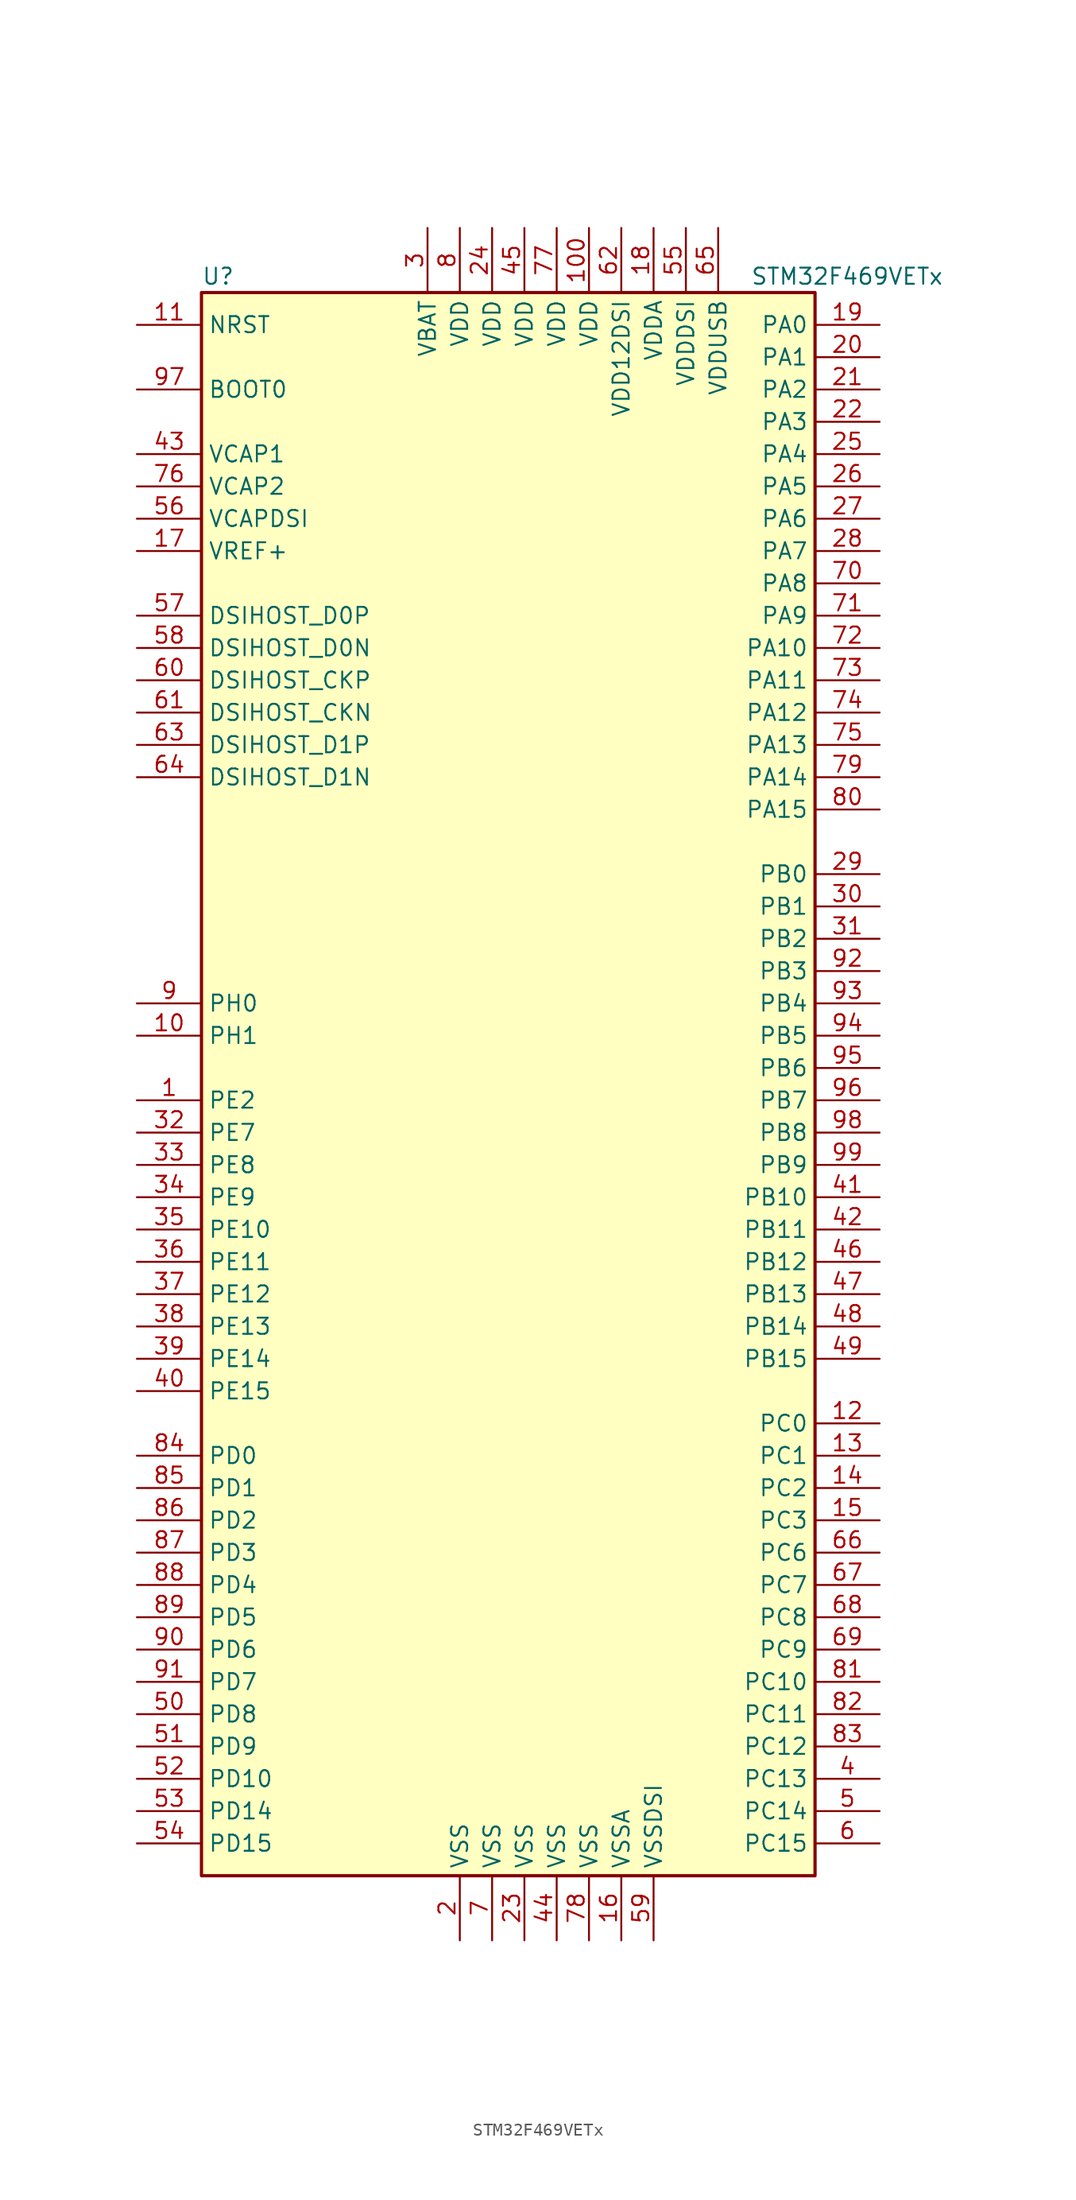
<source format=kicad_sym>
(kicad_symbol_lib
  (version 20201005)
  (generator kicad_symbol_editor)
  (symbol "STM32F469VETx"
    (property "Reference" "U"
      (at -25.4 62.23 0)
      (effects (font (size 1.27 1.27)) (justify left)))
    (property "Value" "STM32F469VETx"
      (at 17.78 62.23 0)
      (effects (font (size 1.27 1.27)) (justify left)))
    (symbol "STM32F469VETx_0_1"
      (rectangle (start -25.4 -63.5) (end 22.86 60.96) (stroke (width 0.254)) (fill (type background))))
    (symbol "STM32F469VETx_1_1"
      (pin bidirectional line (at -30.48 -2.54 0) (length 5.08) (name "PE2" (effects (font (size 1.27 1.27)))) (number "1" (effects (font (size 1.27 1.27)))))
      (pin input line (at -30.48 2.54 0) (length 5.08) (name "PH1" (effects (font (size 1.27 1.27)))) (number "10" (effects (font (size 1.27 1.27)))))
      (pin power_in line (at 5.08 66.04 270) (length 5.08) (name "VDD" (effects (font (size 1.27 1.27)))) (number "100" (effects (font (size 1.27 1.27)))))
      (pin input line (at -30.48 58.42 0) (length 5.08) (name "NRST" (effects (font (size 1.27 1.27)))) (number "11" (effects (font (size 1.27 1.27)))))
      (pin bidirectional line (at 27.94 -27.94 180) (length 5.08) (name "PC0" (effects (font (size 1.27 1.27)))) (number "12" (effects (font (size 1.27 1.27)))))
      (pin bidirectional line (at 27.94 -30.48 180) (length 5.08) (name "PC1" (effects (font (size 1.27 1.27)))) (number "13" (effects (font (size 1.27 1.27)))))
      (pin bidirectional line (at 27.94 -33.02 180) (length 5.08) (name "PC2" (effects (font (size 1.27 1.27)))) (number "14" (effects (font (size 1.27 1.27)))))
      (pin bidirectional line (at 27.94 -35.56 180) (length 5.08) (name "PC3" (effects (font (size 1.27 1.27)))) (number "15" (effects (font (size 1.27 1.27)))))
      (pin power_in line (at 7.62 -68.58 90) (length 5.08) (name "VSSA" (effects (font (size 1.27 1.27)))) (number "16" (effects (font (size 1.27 1.27)))))
      (pin power_in line (at -30.48 40.64 0) (length 5.08) (name "VREF+" (effects (font (size 1.27 1.27)))) (number "17" (effects (font (size 1.27 1.27)))))
      (pin power_in line (at 10.16 66.04 270) (length 5.08) (name "VDDA" (effects (font (size 1.27 1.27)))) (number "18" (effects (font (size 1.27 1.27)))))
      (pin bidirectional line (at 27.94 58.42 180) (length 5.08) (name "PA0" (effects (font (size 1.27 1.27)))) (number "19" (effects (font (size 1.27 1.27)))))
      (pin power_in line (at -5.08 -68.58 90) (length 5.08) (name "VSS" (effects (font (size 1.27 1.27)))) (number "2" (effects (font (size 1.27 1.27)))))
      (pin bidirectional line (at 27.94 55.88 180) (length 5.08) (name "PA1" (effects (font (size 1.27 1.27)))) (number "20" (effects (font (size 1.27 1.27)))))
      (pin bidirectional line (at 27.94 53.34 180) (length 5.08) (name "PA2" (effects (font (size 1.27 1.27)))) (number "21" (effects (font (size 1.27 1.27)))))
      (pin bidirectional line (at 27.94 50.8 180) (length 5.08) (name "PA3" (effects (font (size 1.27 1.27)))) (number "22" (effects (font (size 1.27 1.27)))))
      (pin power_in line (at 0 -68.58 90) (length 5.08) (name "VSS" (effects (font (size 1.27 1.27)))) (number "23" (effects (font (size 1.27 1.27)))))
      (pin power_in line (at -2.54 66.04 270) (length 5.08) (name "VDD" (effects (font (size 1.27 1.27)))) (number "24" (effects (font (size 1.27 1.27)))))
      (pin bidirectional line (at 27.94 48.26 180) (length 5.08) (name "PA4" (effects (font (size 1.27 1.27)))) (number "25" (effects (font (size 1.27 1.27)))))
      (pin bidirectional line (at 27.94 45.72 180) (length 5.08) (name "PA5" (effects (font (size 1.27 1.27)))) (number "26" (effects (font (size 1.27 1.27)))))
      (pin bidirectional line (at 27.94 43.18 180) (length 5.08) (name "PA6" (effects (font (size 1.27 1.27)))) (number "27" (effects (font (size 1.27 1.27)))))
      (pin bidirectional line (at 27.94 40.64 180) (length 5.08) (name "PA7" (effects (font (size 1.27 1.27)))) (number "28" (effects (font (size 1.27 1.27)))))
      (pin bidirectional line (at 27.94 15.24 180) (length 5.08) (name "PB0" (effects (font (size 1.27 1.27)))) (number "29" (effects (font (size 1.27 1.27)))))
      (pin power_in line (at -7.62 66.04 270) (length 5.08) (name "VBAT" (effects (font (size 1.27 1.27)))) (number "3" (effects (font (size 1.27 1.27)))))
      (pin bidirectional line (at 27.94 12.7 180) (length 5.08) (name "PB1" (effects (font (size 1.27 1.27)))) (number "30" (effects (font (size 1.27 1.27)))))
      (pin bidirectional line (at 27.94 10.16 180) (length 5.08) (name "PB2" (effects (font (size 1.27 1.27)))) (number "31" (effects (font (size 1.27 1.27)))))
      (pin bidirectional line (at -30.48 -5.08 0) (length 5.08) (name "PE7" (effects (font (size 1.27 1.27)))) (number "32" (effects (font (size 1.27 1.27)))))
      (pin bidirectional line (at -30.48 -7.62 0) (length 5.08) (name "PE8" (effects (font (size 1.27 1.27)))) (number "33" (effects (font (size 1.27 1.27)))))
      (pin bidirectional line (at -30.48 -10.16 0) (length 5.08) (name "PE9" (effects (font (size 1.27 1.27)))) (number "34" (effects (font (size 1.27 1.27)))))
      (pin bidirectional line (at -30.48 -12.7 0) (length 5.08) (name "PE10" (effects (font (size 1.27 1.27)))) (number "35" (effects (font (size 1.27 1.27)))))
      (pin bidirectional line (at -30.48 -15.24 0) (length 5.08) (name "PE11" (effects (font (size 1.27 1.27)))) (number "36" (effects (font (size 1.27 1.27)))))
      (pin bidirectional line (at -30.48 -17.78 0) (length 5.08) (name "PE12" (effects (font (size 1.27 1.27)))) (number "37" (effects (font (size 1.27 1.27)))))
      (pin bidirectional line (at -30.48 -20.32 0) (length 5.08) (name "PE13" (effects (font (size 1.27 1.27)))) (number "38" (effects (font (size 1.27 1.27)))))
      (pin bidirectional line (at -30.48 -22.86 0) (length 5.08) (name "PE14" (effects (font (size 1.27 1.27)))) (number "39" (effects (font (size 1.27 1.27)))))
      (pin bidirectional line (at 27.94 -55.88 180) (length 5.08) (name "PC13" (effects (font (size 1.27 1.27)))) (number "4" (effects (font (size 1.27 1.27)))))
      (pin bidirectional line (at -30.48 -25.4 0) (length 5.08) (name "PE15" (effects (font (size 1.27 1.27)))) (number "40" (effects (font (size 1.27 1.27)))))
      (pin bidirectional line (at 27.94 -10.16 180) (length 5.08) (name "PB10" (effects (font (size 1.27 1.27)))) (number "41" (effects (font (size 1.27 1.27)))))
      (pin bidirectional line (at 27.94 -12.7 180) (length 5.08) (name "PB11" (effects (font (size 1.27 1.27)))) (number "42" (effects (font (size 1.27 1.27)))))
      (pin power_in line (at -30.48 48.26 0) (length 5.08) (name "VCAP1" (effects (font (size 1.27 1.27)))) (number "43" (effects (font (size 1.27 1.27)))))
      (pin power_in line (at 2.54 -68.58 90) (length 5.08) (name "VSS" (effects (font (size 1.27 1.27)))) (number "44" (effects (font (size 1.27 1.27)))))
      (pin power_in line (at 0 66.04 270) (length 5.08) (name "VDD" (effects (font (size 1.27 1.27)))) (number "45" (effects (font (size 1.27 1.27)))))
      (pin bidirectional line (at 27.94 -15.24 180) (length 5.08) (name "PB12" (effects (font (size 1.27 1.27)))) (number "46" (effects (font (size 1.27 1.27)))))
      (pin bidirectional line (at 27.94 -17.78 180) (length 5.08) (name "PB13" (effects (font (size 1.27 1.27)))) (number "47" (effects (font (size 1.27 1.27)))))
      (pin bidirectional line (at 27.94 -20.32 180) (length 5.08) (name "PB14" (effects (font (size 1.27 1.27)))) (number "48" (effects (font (size 1.27 1.27)))))
      (pin bidirectional line (at 27.94 -22.86 180) (length 5.08) (name "PB15" (effects (font (size 1.27 1.27)))) (number "49" (effects (font (size 1.27 1.27)))))
      (pin bidirectional line (at 27.94 -58.42 180) (length 5.08) (name "PC14" (effects (font (size 1.27 1.27)))) (number "5" (effects (font (size 1.27 1.27)))))
      (pin bidirectional line (at -30.48 -50.8 0) (length 5.08) (name "PD8" (effects (font (size 1.27 1.27)))) (number "50" (effects (font (size 1.27 1.27)))))
      (pin bidirectional line (at -30.48 -53.34 0) (length 5.08) (name "PD9" (effects (font (size 1.27 1.27)))) (number "51" (effects (font (size 1.27 1.27)))))
      (pin bidirectional line (at -30.48 -55.88 0) (length 5.08) (name "PD10" (effects (font (size 1.27 1.27)))) (number "52" (effects (font (size 1.27 1.27)))))
      (pin bidirectional line (at -30.48 -58.42 0) (length 5.08) (name "PD14" (effects (font (size 1.27 1.27)))) (number "53" (effects (font (size 1.27 1.27)))))
      (pin bidirectional line (at -30.48 -60.96 0) (length 5.08) (name "PD15" (effects (font (size 1.27 1.27)))) (number "54" (effects (font (size 1.27 1.27)))))
      (pin power_in line (at 12.7 66.04 270) (length 5.08) (name "VDDDSI" (effects (font (size 1.27 1.27)))) (number "55" (effects (font (size 1.27 1.27)))))
      (pin power_in line (at -30.48 43.18 0) (length 5.08) (name "VCAPDSI" (effects (font (size 1.27 1.27)))) (number "56" (effects (font (size 1.27 1.27)))))
      (pin bidirectional line (at -30.48 35.56 0) (length 5.08) (name "DSIHOST_D0P" (effects (font (size 1.27 1.27)))) (number "57" (effects (font (size 1.27 1.27)))))
      (pin bidirectional line (at -30.48 33.02 0) (length 5.08) (name "DSIHOST_D0N" (effects (font (size 1.27 1.27)))) (number "58" (effects (font (size 1.27 1.27)))))
      (pin power_in line (at 10.16 -68.58 90) (length 5.08) (name "VSSDSI" (effects (font (size 1.27 1.27)))) (number "59" (effects (font (size 1.27 1.27)))))
      (pin bidirectional line (at 27.94 -60.96 180) (length 5.08) (name "PC15" (effects (font (size 1.27 1.27)))) (number "6" (effects (font (size 1.27 1.27)))))
      (pin bidirectional line (at -30.48 30.48 0) (length 5.08) (name "DSIHOST_CKP" (effects (font (size 1.27 1.27)))) (number "60" (effects (font (size 1.27 1.27)))))
      (pin bidirectional line (at -30.48 27.94 0) (length 5.08) (name "DSIHOST_CKN" (effects (font (size 1.27 1.27)))) (number "61" (effects (font (size 1.27 1.27)))))
      (pin power_in line (at 7.62 66.04 270) (length 5.08) (name "VDD12DSI" (effects (font (size 1.27 1.27)))) (number "62" (effects (font (size 1.27 1.27)))))
      (pin bidirectional line (at -30.48 25.4 0) (length 5.08) (name "DSIHOST_D1P" (effects (font (size 1.27 1.27)))) (number "63" (effects (font (size 1.27 1.27)))))
      (pin bidirectional line (at -30.48 22.86 0) (length 5.08) (name "DSIHOST_D1N" (effects (font (size 1.27 1.27)))) (number "64" (effects (font (size 1.27 1.27)))))
      (pin power_in line (at 15.24 66.04 270) (length 5.08) (name "VDDUSB" (effects (font (size 1.27 1.27)))) (number "65" (effects (font (size 1.27 1.27)))))
      (pin bidirectional line (at 27.94 -38.1 180) (length 5.08) (name "PC6" (effects (font (size 1.27 1.27)))) (number "66" (effects (font (size 1.27 1.27)))))
      (pin bidirectional line (at 27.94 -40.64 180) (length 5.08) (name "PC7" (effects (font (size 1.27 1.27)))) (number "67" (effects (font (size 1.27 1.27)))))
      (pin bidirectional line (at 27.94 -43.18 180) (length 5.08) (name "PC8" (effects (font (size 1.27 1.27)))) (number "68" (effects (font (size 1.27 1.27)))))
      (pin bidirectional line (at 27.94 -45.72 180) (length 5.08) (name "PC9" (effects (font (size 1.27 1.27)))) (number "69" (effects (font (size 1.27 1.27)))))
      (pin power_in line (at -2.54 -68.58 90) (length 5.08) (name "VSS" (effects (font (size 1.27 1.27)))) (number "7" (effects (font (size 1.27 1.27)))))
      (pin bidirectional line (at 27.94 38.1 180) (length 5.08) (name "PA8" (effects (font (size 1.27 1.27)))) (number "70" (effects (font (size 1.27 1.27)))))
      (pin bidirectional line (at 27.94 35.56 180) (length 5.08) (name "PA9" (effects (font (size 1.27 1.27)))) (number "71" (effects (font (size 1.27 1.27)))))
      (pin bidirectional line (at 27.94 33.02 180) (length 5.08) (name "PA10" (effects (font (size 1.27 1.27)))) (number "72" (effects (font (size 1.27 1.27)))))
      (pin bidirectional line (at 27.94 30.48 180) (length 5.08) (name "PA11" (effects (font (size 1.27 1.27)))) (number "73" (effects (font (size 1.27 1.27)))))
      (pin bidirectional line (at 27.94 27.94 180) (length 5.08) (name "PA12" (effects (font (size 1.27 1.27)))) (number "74" (effects (font (size 1.27 1.27)))))
      (pin bidirectional line (at 27.94 25.4 180) (length 5.08) (name "PA13" (effects (font (size 1.27 1.27)))) (number "75" (effects (font (size 1.27 1.27)))))
      (pin power_in line (at -30.48 45.72 0) (length 5.08) (name "VCAP2" (effects (font (size 1.27 1.27)))) (number "76" (effects (font (size 1.27 1.27)))))
      (pin power_in line (at 2.54 66.04 270) (length 5.08) (name "VDD" (effects (font (size 1.27 1.27)))) (number "77" (effects (font (size 1.27 1.27)))))
      (pin power_in line (at 5.08 -68.58 90) (length 5.08) (name "VSS" (effects (font (size 1.27 1.27)))) (number "78" (effects (font (size 1.27 1.27)))))
      (pin bidirectional line (at 27.94 22.86 180) (length 5.08) (name "PA14" (effects (font (size 1.27 1.27)))) (number "79" (effects (font (size 1.27 1.27)))))
      (pin power_in line (at -5.08 66.04 270) (length 5.08) (name "VDD" (effects (font (size 1.27 1.27)))) (number "8" (effects (font (size 1.27 1.27)))))
      (pin bidirectional line (at 27.94 20.32 180) (length 5.08) (name "PA15" (effects (font (size 1.27 1.27)))) (number "80" (effects (font (size 1.27 1.27)))))
      (pin bidirectional line (at 27.94 -48.26 180) (length 5.08) (name "PC10" (effects (font (size 1.27 1.27)))) (number "81" (effects (font (size 1.27 1.27)))))
      (pin bidirectional line (at 27.94 -50.8 180) (length 5.08) (name "PC11" (effects (font (size 1.27 1.27)))) (number "82" (effects (font (size 1.27 1.27)))))
      (pin bidirectional line (at 27.94 -53.34 180) (length 5.08) (name "PC12" (effects (font (size 1.27 1.27)))) (number "83" (effects (font (size 1.27 1.27)))))
      (pin bidirectional line (at -30.48 -30.48 0) (length 5.08) (name "PD0" (effects (font (size 1.27 1.27)))) (number "84" (effects (font (size 1.27 1.27)))))
      (pin bidirectional line (at -30.48 -33.02 0) (length 5.08) (name "PD1" (effects (font (size 1.27 1.27)))) (number "85" (effects (font (size 1.27 1.27)))))
      (pin bidirectional line (at -30.48 -35.56 0) (length 5.08) (name "PD2" (effects (font (size 1.27 1.27)))) (number "86" (effects (font (size 1.27 1.27)))))
      (pin bidirectional line (at -30.48 -38.1 0) (length 5.08) (name "PD3" (effects (font (size 1.27 1.27)))) (number "87" (effects (font (size 1.27 1.27)))))
      (pin bidirectional line (at -30.48 -40.64 0) (length 5.08) (name "PD4" (effects (font (size 1.27 1.27)))) (number "88" (effects (font (size 1.27 1.27)))))
      (pin bidirectional line (at -30.48 -43.18 0) (length 5.08) (name "PD5" (effects (font (size 1.27 1.27)))) (number "89" (effects (font (size 1.27 1.27)))))
      (pin input line (at -30.48 5.08 0) (length 5.08) (name "PH0" (effects (font (size 1.27 1.27)))) (number "9" (effects (font (size 1.27 1.27)))))
      (pin bidirectional line (at -30.48 -45.72 0) (length 5.08) (name "PD6" (effects (font (size 1.27 1.27)))) (number "90" (effects (font (size 1.27 1.27)))))
      (pin bidirectional line (at -30.48 -48.26 0) (length 5.08) (name "PD7" (effects (font (size 1.27 1.27)))) (number "91" (effects (font (size 1.27 1.27)))))
      (pin bidirectional line (at 27.94 7.62 180) (length 5.08) (name "PB3" (effects (font (size 1.27 1.27)))) (number "92" (effects (font (size 1.27 1.27)))))
      (pin bidirectional line (at 27.94 5.08 180) (length 5.08) (name "PB4" (effects (font (size 1.27 1.27)))) (number "93" (effects (font (size 1.27 1.27)))))
      (pin bidirectional line (at 27.94 2.54 180) (length 5.08) (name "PB5" (effects (font (size 1.27 1.27)))) (number "94" (effects (font (size 1.27 1.27)))))
      (pin bidirectional line (at 27.94 0 180) (length 5.08) (name "PB6" (effects (font (size 1.27 1.27)))) (number "95" (effects (font (size 1.27 1.27)))))
      (pin bidirectional line (at 27.94 -2.54 180) (length 5.08) (name "PB7" (effects (font (size 1.27 1.27)))) (number "96" (effects (font (size 1.27 1.27)))))
      (pin input line (at -30.48 53.34 0) (length 5.08) (name "BOOT0" (effects (font (size 1.27 1.27)))) (number "97" (effects (font (size 1.27 1.27)))))
      (pin bidirectional line (at 27.94 -5.08 180) (length 5.08) (name "PB8" (effects (font (size 1.27 1.27)))) (number "98" (effects (font (size 1.27 1.27)))))
      (pin bidirectional line (at 27.94 -7.62 180) (length 5.08) (name "PB9" (effects (font (size 1.27 1.27)))) (number "99" (effects (font (size 1.27 1.27))))))))
</source>
